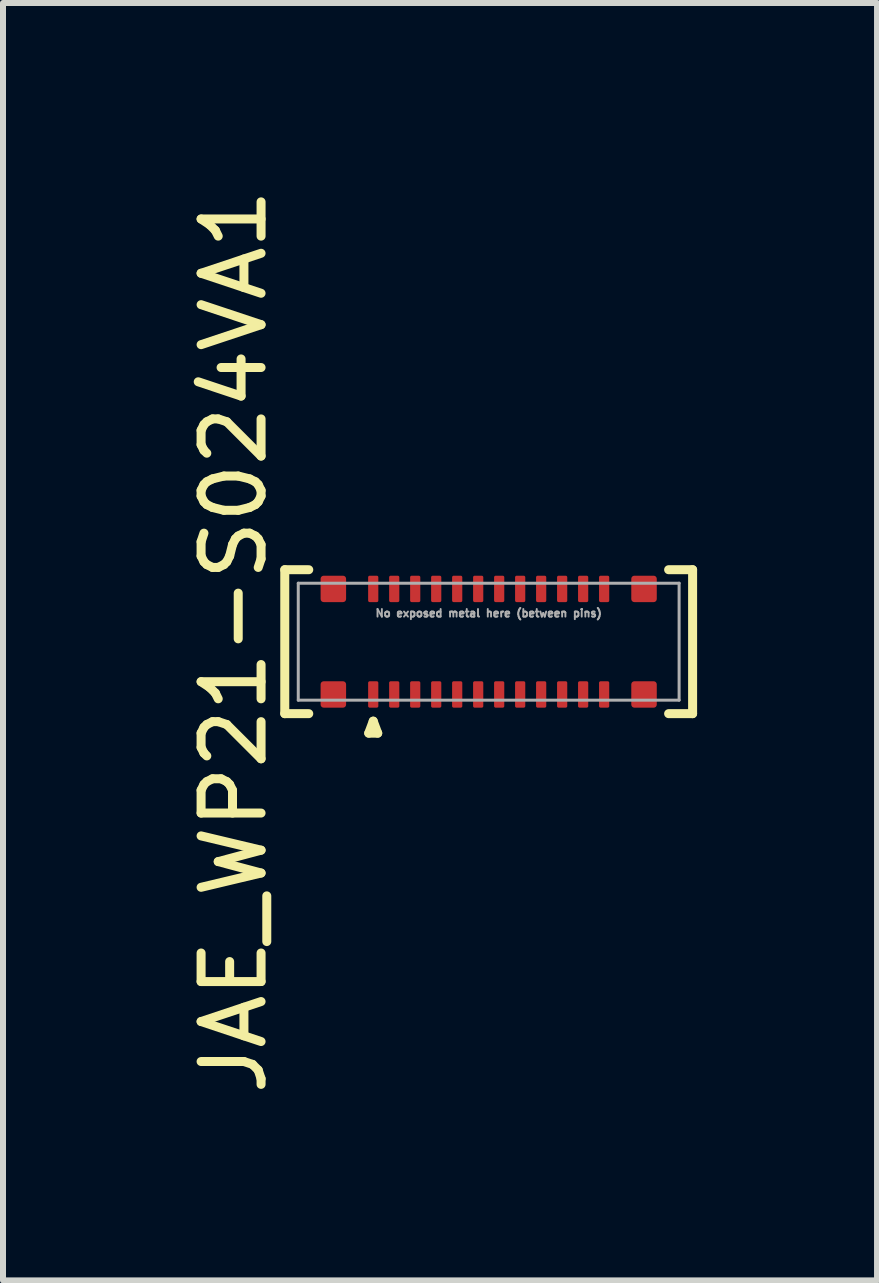
<source format=kicad_pcb>
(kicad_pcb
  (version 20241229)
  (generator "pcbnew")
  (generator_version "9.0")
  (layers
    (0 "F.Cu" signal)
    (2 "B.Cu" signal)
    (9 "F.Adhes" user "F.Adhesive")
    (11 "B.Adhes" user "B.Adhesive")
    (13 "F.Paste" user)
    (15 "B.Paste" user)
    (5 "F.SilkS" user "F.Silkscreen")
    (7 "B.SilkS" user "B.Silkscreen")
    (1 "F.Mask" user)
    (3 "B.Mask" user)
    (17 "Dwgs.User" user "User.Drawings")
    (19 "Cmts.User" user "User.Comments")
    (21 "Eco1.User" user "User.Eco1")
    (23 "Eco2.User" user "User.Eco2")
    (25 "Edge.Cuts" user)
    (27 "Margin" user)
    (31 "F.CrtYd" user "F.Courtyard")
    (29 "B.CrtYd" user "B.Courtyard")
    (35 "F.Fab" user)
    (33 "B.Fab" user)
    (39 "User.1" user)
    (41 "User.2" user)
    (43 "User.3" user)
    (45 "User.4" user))
  (footprint "JAE_WP21-S024VA1"
    (layer "F.Cu")
    (at 5.098 7.649)
    (property "Reference" "JAE_WP21-S024VA1" (at -4.25 0 270) (layer "F.SilkS") (effects (font (size 1 1) (thickness 0.15))))
    (attr smd)
    (fp_line (start -3.4 -1.2) (end -3.4 1.2) (stroke (width 0.15) (type solid)) (layer "F.SilkS"))
    (fp_line (start -3.4 1.2) (end -3 1.2) (stroke (width 0.15) (type solid)) (layer "F.SilkS"))
    (fp_line (start -3 -1.2) (end -3.4 -1.2) (stroke (width 0.15) (type solid)) (layer "F.SilkS"))
    (fp_line (start -2 1.525) (end -1.85 1.525) (stroke (width 0.15) (type solid)) (layer "F.SilkS"))
    (fp_line (start -1.925 1.325) (end -2 1.525) (stroke (width 0.15) (type solid)) (layer "F.SilkS"))
    (fp_line (start -1.85 1.525) (end -1.925 1.325) (stroke (width 0.15) (type solid)) (layer "F.SilkS"))
    (fp_line (start 3 -1.2) (end 3.4 -1.2) (stroke (width 0.15) (type solid)) (layer "F.SilkS"))
    (fp_line (start 3.4 -1.2) (end 3.4 1.2) (stroke (width 0.15) (type solid)) (layer "F.SilkS"))
    (fp_line (start 3.4 1.2) (end 3 1.2) (stroke (width 0.15) (type solid)) (layer "F.SilkS"))
    (fp_line (start -3.175 -0.975) (end 3.175 -0.975) (stroke (width 0.05) (type solid)) (layer "F.Fab"))
    (fp_line (start -3.175 0.975) (end -3.175 -0.975) (stroke (width 0.05) (type solid)) (layer "F.Fab"))
    (fp_line (start 3.175 -0.975) (end 3.175 0.975) (stroke (width 0.05) (type solid)) (layer "F.Fab"))
    (fp_line (start 3.175 0.975) (end -3.175 0.975) (stroke (width 0.05) (type solid)) (layer "F.Fab"))
    (fp_text user "No exposed metal here (between pins)" (at 0 -0.475 0) (layer "F.Fab") (effects (font (size 0.127 0.127) (thickness 0.032))))
    (pad "1" smd roundrect (at -1.925 0.88) (size 0.17 0.44) (layers "F.Cu" "F.Mask" "F.Paste") (roundrect_rratio 0.15))
    (pad "2" smd roundrect (at -1.925 -0.88) (size 0.17 0.44) (layers "F.Cu" "F.Mask" "F.Paste") (roundrect_rratio 0.15))
    (pad "3" smd roundrect (at -1.575 0.88) (size 0.17 0.44) (layers "F.Cu" "F.Mask" "F.Paste") (roundrect_rratio 0.15))
    (pad "4" smd roundrect (at -1.575 -0.88) (size 0.17 0.44) (layers "F.Cu" "F.Mask" "F.Paste") (roundrect_rratio 0.15))
    (pad "5" smd roundrect (at -1.225 0.88) (size 0.17 0.44) (layers "F.Cu" "F.Mask" "F.Paste") (roundrect_rratio 0.15))
    (pad "6" smd roundrect (at -1.225 -0.88) (size 0.17 0.44) (layers "F.Cu" "F.Mask" "F.Paste") (roundrect_rratio 0.15))
    (pad "7" smd roundrect (at -0.875 0.88) (size 0.17 0.44) (layers "F.Cu" "F.Mask" "F.Paste") (roundrect_rratio 0.15))
    (pad "8" smd roundrect (at -0.875 -0.88) (size 0.17 0.44) (layers "F.Cu" "F.Mask" "F.Paste") (roundrect_rratio 0.15))
    (pad "9" smd roundrect (at -0.525 0.88) (size 0.17 0.44) (layers "F.Cu" "F.Mask" "F.Paste") (roundrect_rratio 0.15))
    (pad "10" smd roundrect (at -0.525 -0.88) (size 0.17 0.44) (layers "F.Cu" "F.Mask" "F.Paste") (roundrect_rratio 0.15))
    (pad "11" smd roundrect (at -0.175 0.88) (size 0.17 0.44) (layers "F.Cu" "F.Mask" "F.Paste") (roundrect_rratio 0.15))
    (pad "12" smd roundrect (at -0.175 -0.88) (size 0.17 0.44) (layers "F.Cu" "F.Mask" "F.Paste") (roundrect_rratio 0.15))
    (pad "13" smd roundrect (at 0.175 0.88) (size 0.17 0.44) (layers "F.Cu" "F.Mask" "F.Paste") (roundrect_rratio 0.15))
    (pad "14" smd roundrect (at 0.175 -0.88) (size 0.17 0.44) (layers "F.Cu" "F.Mask" "F.Paste") (roundrect_rratio 0.15))
    (pad "15" smd roundrect (at 0.525 0.88) (size 0.17 0.44) (layers "F.Cu" "F.Mask" "F.Paste") (roundrect_rratio 0.15))
    (pad "16" smd roundrect (at 0.525 -0.88) (size 0.17 0.44) (layers "F.Cu" "F.Mask" "F.Paste") (roundrect_rratio 0.15))
    (pad "17" smd roundrect (at 0.875 0.88) (size 0.17 0.44) (layers "F.Cu" "F.Mask" "F.Paste") (roundrect_rratio 0.15))
    (pad "18" smd roundrect (at 0.875 -0.88) (size 0.17 0.44) (layers "F.Cu" "F.Mask" "F.Paste") (roundrect_rratio 0.15))
    (pad "19" smd roundrect (at 1.225 0.88) (size 0.17 0.44) (layers "F.Cu" "F.Mask" "F.Paste") (roundrect_rratio 0.15))
    (pad "20" smd roundrect (at 1.225 -0.88) (size 0.17 0.44) (layers "F.Cu" "F.Mask" "F.Paste") (roundrect_rratio 0.15))
    (pad "21" smd roundrect (at 1.575 0.88) (size 0.17 0.44) (layers "F.Cu" "F.Mask" "F.Paste") (roundrect_rratio 0.15))
    (pad "22" smd roundrect (at 1.575 -0.88) (size 0.17 0.44) (layers "F.Cu" "F.Mask" "F.Paste") (roundrect_rratio 0.15))
    (pad "23" smd roundrect (at 1.925 0.88) (size 0.17 0.44) (layers "F.Cu" "F.Mask" "F.Paste") (roundrect_rratio 0.15))
    (pad "24" smd roundrect (at 1.925 -0.88) (size 0.17 0.44) (layers "F.Cu" "F.Mask" "F.Paste") (roundrect_rratio 0.15))
    (pad "MP" smd roundrect (at -2.59 -0.88) (size 0.425 0.44) (layers "F.Cu" "F.Mask" "F.Paste") (roundrect_rratio 0.12))
    (pad "MP" smd roundrect (at -2.59 0.88) (size 0.425 0.44) (layers "F.Cu" "F.Mask" "F.Paste") (roundrect_rratio 0.12))
    (pad "MP" smd roundrect (at 2.59 -0.88) (size 0.425 0.44) (layers "F.Cu" "F.Mask" "F.Paste") (roundrect_rratio 0.12))
    (pad "MP" smd roundrect (at 2.59 0.88) (size 0.425 0.44) (layers "F.Cu" "F.Mask" "F.Paste") (roundrect_rratio 0.12)))
  (gr_rect
    (start -3 -3)
    (end 11.573 18.298)
    (stroke (width 0.1) (type default))
    (fill no)
    (layer "Edge.Cuts")))
</source>
